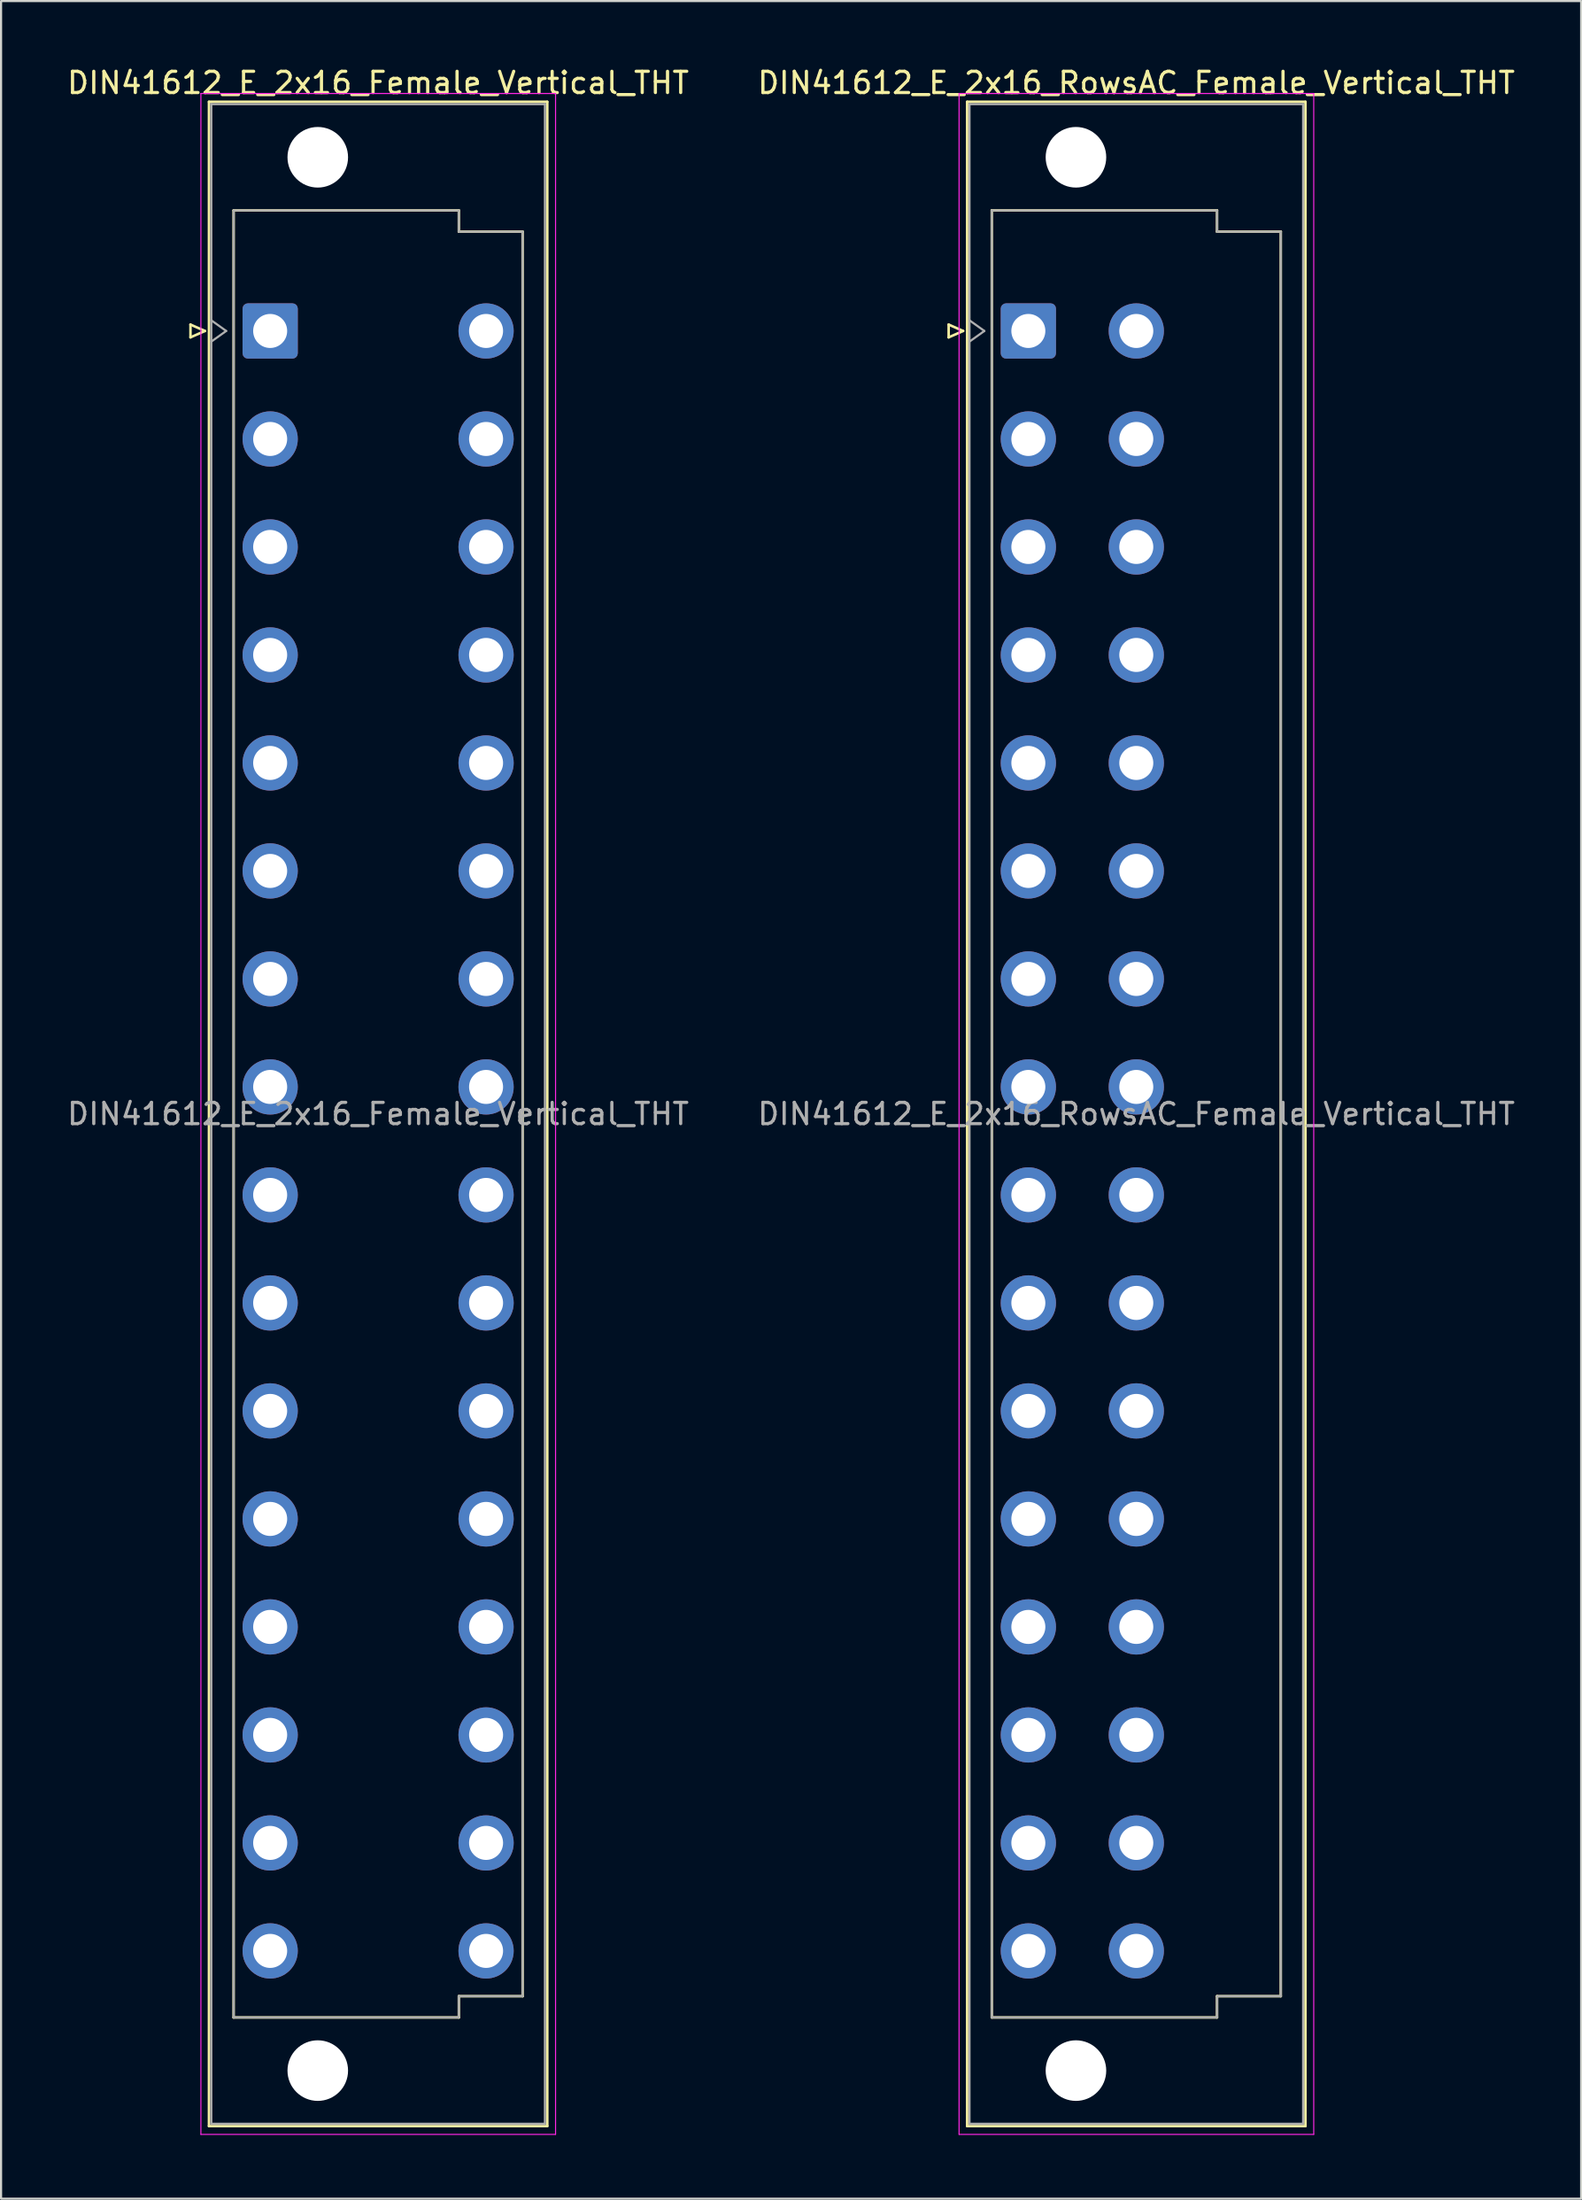
<source format=kicad_pcb>
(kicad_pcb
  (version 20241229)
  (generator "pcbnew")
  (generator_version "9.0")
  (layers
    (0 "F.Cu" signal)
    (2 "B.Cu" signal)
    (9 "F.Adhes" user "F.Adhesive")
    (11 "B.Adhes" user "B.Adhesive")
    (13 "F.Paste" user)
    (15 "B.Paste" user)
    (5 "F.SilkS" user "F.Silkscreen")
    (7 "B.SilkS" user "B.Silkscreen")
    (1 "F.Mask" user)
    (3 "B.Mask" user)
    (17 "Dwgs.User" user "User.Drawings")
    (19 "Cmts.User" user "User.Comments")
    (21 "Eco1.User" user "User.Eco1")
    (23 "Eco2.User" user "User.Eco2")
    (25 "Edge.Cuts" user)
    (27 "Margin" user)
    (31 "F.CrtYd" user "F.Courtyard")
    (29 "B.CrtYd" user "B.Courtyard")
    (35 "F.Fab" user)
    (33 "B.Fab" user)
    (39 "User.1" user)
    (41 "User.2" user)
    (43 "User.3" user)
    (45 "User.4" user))
  (footprint "DIN41612_E_2x16_Female_Vertical_THT"
    (layer "F.Cu")
    (at 9.664 9.978)
    (property "Reference" "DIN41612_E_2x16_Female_Vertical_THT" (at 5.08 -9.13 0) (layer "F.SilkS") (effects (font (size 1 1) (thickness 0.15))))
    (attr through_hole)
    (fp_line (start -3.75 2.24) (end -3.75 2.84) (stroke (width 0.12) (type solid)) (layer "F.SilkS"))
    (fp_line (start -3.75 2.84) (end -3.07 2.54) (stroke (width 0.12) (type solid)) (layer "F.SilkS"))
    (fp_line (start -3.07 2.54) (end -3.75 2.24) (stroke (width 0.12) (type solid)) (layer "F.SilkS"))
    (fp_line (start -2.88 -8.24) (end 13.04 -8.24) (stroke (width 0.12) (type solid)) (layer "F.SilkS"))
    (fp_line (start -2.88 86.98) (end -2.88 -8.24) (stroke (width 0.12) (type solid)) (layer "F.SilkS"))
    (fp_line (start -1.72 -3.131) (end 8.88 -3.131) (stroke (width 0.12) (type solid)) (layer "F.SilkS"))
    (fp_line (start -1.72 81.87) (end -1.72 -3.131) (stroke (width 0.12) (type solid)) (layer "F.SilkS"))
    (fp_line (start 8.88 -3.131) (end 8.88 -2.131) (stroke (width 0.12) (type solid)) (layer "F.SilkS"))
    (fp_line (start 8.88 -2.131) (end 11.88 -2.131) (stroke (width 0.12) (type solid)) (layer "F.SilkS"))
    (fp_line (start 8.88 80.87) (end 8.88 81.87) (stroke (width 0.12) (type solid)) (layer "F.SilkS"))
    (fp_line (start 8.88 81.87) (end -1.72 81.87) (stroke (width 0.12) (type solid)) (layer "F.SilkS"))
    (fp_line (start 11.88 -2.131) (end 11.88 80.87) (stroke (width 0.12) (type solid)) (layer "F.SilkS"))
    (fp_line (start 11.88 80.87) (end 8.88 80.87) (stroke (width 0.12) (type solid)) (layer "F.SilkS"))
    (fp_line (start 13.04 -8.24) (end 13.04 86.98) (stroke (width 0.12) (type solid)) (layer "F.SilkS"))
    (fp_line (start 13.04 86.98) (end -2.88 86.98) (stroke (width 0.12) (type solid)) (layer "F.SilkS"))
    (fp_line (start -3.26 -8.63) (end 13.43 -8.63) (stroke (width 0.05) (type solid)) (layer "F.CrtYd"))
    (fp_line (start -3.26 87.37) (end -3.26 -8.63) (stroke (width 0.05) (type solid)) (layer "F.CrtYd"))
    (fp_line (start 13.43 -8.63) (end 13.43 87.37) (stroke (width 0.05) (type solid)) (layer "F.CrtYd"))
    (fp_line (start 13.43 87.37) (end -3.26 87.37) (stroke (width 0.05) (type solid)) (layer "F.CrtYd"))
    (fp_line (start -2.77 -8.13) (end 12.93 -8.13) (stroke (width 0.1) (type solid)) (layer "F.Fab"))
    (fp_line (start -2.77 2.04) (end -2.07 2.54) (stroke (width 0.1) (type solid)) (layer "F.Fab"))
    (fp_line (start -2.77 86.87) (end -2.77 -8.13) (stroke (width 0.1) (type solid)) (layer "F.Fab"))
    (fp_line (start -2.07 2.54) (end -2.77 3.04) (stroke (width 0.1) (type solid)) (layer "F.Fab"))
    (fp_line (start -1.72 -3.13) (end 8.88 -3.13) (stroke (width 0.1) (type solid)) (layer "F.Fab"))
    (fp_line (start -1.72 81.87) (end -1.72 -3.13) (stroke (width 0.1) (type solid)) (layer "F.Fab"))
    (fp_line (start 8.88 -3.13) (end 8.88 -2.13) (stroke (width 0.1) (type solid)) (layer "F.Fab"))
    (fp_line (start 8.88 -2.13) (end 11.88 -2.13) (stroke (width 0.1) (type solid)) (layer "F.Fab"))
    (fp_line (start 8.88 80.87) (end 8.88 81.87) (stroke (width 0.1) (type solid)) (layer "F.Fab"))
    (fp_line (start 8.88 81.87) (end -1.72 81.87) (stroke (width 0.1) (type solid)) (layer "F.Fab"))
    (fp_line (start 11.88 -2.13) (end 11.88 80.87) (stroke (width 0.1) (type solid)) (layer "F.Fab"))
    (fp_line (start 11.88 80.87) (end 8.88 80.87) (stroke (width 0.1) (type solid)) (layer "F.Fab"))
    (fp_line (start 12.93 -8.13) (end 12.93 86.87) (stroke (width 0.1) (type solid)) (layer "F.Fab"))
    (fp_line (start 12.93 86.87) (end -2.77 86.87) (stroke (width 0.1) (type solid)) (layer "F.Fab"))
    (fp_text user "${REFERENCE}" (at 5.08 39.37 0) (layer "F.Fab") (effects (font (size 1 1) (thickness 0.15))))
    (pad "" np_thru_hole circle (at 2.24 -5.63) (size 2.85 2.85) (drill 2.85) (layers "*.Cu" "*.Mask"))
    (pad "" np_thru_hole circle (at 2.24 84.37) (size 2.85 2.85) (drill 2.85) (layers "*.Cu" "*.Mask"))
    (pad "a2" thru_hole roundrect (at 0 2.54) (size 2.6 2.6) (drill 1.6) (layers "*.Cu" "*.Mask") (roundrect_rratio 0.096))
    (pad "a4" thru_hole circle (at 0 7.62) (size 2.6 2.6) (drill 1.6) (layers "*.Cu" "*.Mask"))
    (pad "a6" thru_hole circle (at 0 12.7) (size 2.6 2.6) (drill 1.6) (layers "*.Cu" "*.Mask"))
    (pad "a8" thru_hole circle (at 0 17.78) (size 2.6 2.6) (drill 1.6) (layers "*.Cu" "*.Mask"))
    (pad "a10" thru_hole circle (at 0 22.86) (size 2.6 2.6) (drill 1.6) (layers "*.Cu" "*.Mask"))
    (pad "a12" thru_hole circle (at 0 27.94) (size 2.6 2.6) (drill 1.6) (layers "*.Cu" "*.Mask"))
    (pad "a14" thru_hole circle (at 0 33.02) (size 2.6 2.6) (drill 1.6) (layers "*.Cu" "*.Mask"))
    (pad "a16" thru_hole circle (at 0 38.1) (size 2.6 2.6) (drill 1.6) (layers "*.Cu" "*.Mask"))
    (pad "a18" thru_hole circle (at 0 43.18) (size 2.6 2.6) (drill 1.6) (layers "*.Cu" "*.Mask"))
    (pad "a20" thru_hole circle (at 0 48.26) (size 2.6 2.6) (drill 1.6) (layers "*.Cu" "*.Mask"))
    (pad "a22" thru_hole circle (at 0 53.34) (size 2.6 2.6) (drill 1.6) (layers "*.Cu" "*.Mask"))
    (pad "a24" thru_hole circle (at 0 58.42) (size 2.6 2.6) (drill 1.6) (layers "*.Cu" "*.Mask"))
    (pad "a26" thru_hole circle (at 0 63.5) (size 2.6 2.6) (drill 1.6) (layers "*.Cu" "*.Mask"))
    (pad "a28" thru_hole circle (at 0 68.58) (size 2.6 2.6) (drill 1.6) (layers "*.Cu" "*.Mask"))
    (pad "a30" thru_hole circle (at 0 73.66) (size 2.6 2.6) (drill 1.6) (layers "*.Cu" "*.Mask"))
    (pad "a32" thru_hole circle (at 0 78.74) (size 2.6 2.6) (drill 1.6) (layers "*.Cu" "*.Mask"))
    (pad "e2" thru_hole circle (at 10.16 2.54) (size 2.6 2.6) (drill 1.6) (layers "*.Cu" "*.Mask"))
    (pad "e4" thru_hole circle (at 10.16 7.62) (size 2.6 2.6) (drill 1.6) (layers "*.Cu" "*.Mask"))
    (pad "e6" thru_hole circle (at 10.16 12.7) (size 2.6 2.6) (drill 1.6) (layers "*.Cu" "*.Mask"))
    (pad "e8" thru_hole circle (at 10.16 17.78) (size 2.6 2.6) (drill 1.6) (layers "*.Cu" "*.Mask"))
    (pad "e10" thru_hole circle (at 10.16 22.86) (size 2.6 2.6) (drill 1.6) (layers "*.Cu" "*.Mask"))
    (pad "e12" thru_hole circle (at 10.16 27.94) (size 2.6 2.6) (drill 1.6) (layers "*.Cu" "*.Mask"))
    (pad "e14" thru_hole circle (at 10.16 33.02) (size 2.6 2.6) (drill 1.6) (layers "*.Cu" "*.Mask"))
    (pad "e16" thru_hole circle (at 10.16 38.1) (size 2.6 2.6) (drill 1.6) (layers "*.Cu" "*.Mask"))
    (pad "e18" thru_hole circle (at 10.16 43.18) (size 2.6 2.6) (drill 1.6) (layers "*.Cu" "*.Mask"))
    (pad "e20" thru_hole circle (at 10.16 48.26) (size 2.6 2.6) (drill 1.6) (layers "*.Cu" "*.Mask"))
    (pad "e22" thru_hole circle (at 10.16 53.34) (size 2.6 2.6) (drill 1.6) (layers "*.Cu" "*.Mask"))
    (pad "e24" thru_hole circle (at 10.16 58.42) (size 2.6 2.6) (drill 1.6) (layers "*.Cu" "*.Mask"))
    (pad "e26" thru_hole circle (at 10.16 63.5) (size 2.6 2.6) (drill 1.6) (layers "*.Cu" "*.Mask"))
    (pad "e28" thru_hole circle (at 10.16 68.58) (size 2.6 2.6) (drill 1.6) (layers "*.Cu" "*.Mask"))
    (pad "e30" thru_hole circle (at 10.16 73.66) (size 2.6 2.6) (drill 1.6) (layers "*.Cu" "*.Mask"))
    (pad "e32" thru_hole circle (at 10.16 78.74) (size 2.6 2.6) (drill 1.6) (layers "*.Cu" "*.Mask")))
  (footprint "DIN41612_E_2x16_RowsAC_Female_Vertical_THT"
    (layer "F.Cu")
    (at 45.343 9.978)
    (property "Reference" "DIN41612_E_2x16_RowsAC_Female_Vertical_THT" (at 5.08 -9.13 0) (layer "F.SilkS") (effects (font (size 1 1) (thickness 0.15))))
    (attr through_hole)
    (fp_line (start -3.75 2.24) (end -3.75 2.84) (stroke (width 0.12) (type solid)) (layer "F.SilkS"))
    (fp_line (start -3.75 2.84) (end -3.07 2.54) (stroke (width 0.12) (type solid)) (layer "F.SilkS"))
    (fp_line (start -3.07 2.54) (end -3.75 2.24) (stroke (width 0.12) (type solid)) (layer "F.SilkS"))
    (fp_line (start -2.88 -8.24) (end 13.04 -8.24) (stroke (width 0.12) (type solid)) (layer "F.SilkS"))
    (fp_line (start -2.88 86.98) (end -2.88 -8.24) (stroke (width 0.12) (type solid)) (layer "F.SilkS"))
    (fp_line (start -1.72 -3.131) (end 8.88 -3.131) (stroke (width 0.12) (type solid)) (layer "F.SilkS"))
    (fp_line (start -1.72 81.87) (end -1.72 -3.131) (stroke (width 0.12) (type solid)) (layer "F.SilkS"))
    (fp_line (start 8.88 -3.131) (end 8.88 -2.131) (stroke (width 0.12) (type solid)) (layer "F.SilkS"))
    (fp_line (start 8.88 -2.131) (end 11.88 -2.131) (stroke (width 0.12) (type solid)) (layer "F.SilkS"))
    (fp_line (start 8.88 80.87) (end 8.88 81.87) (stroke (width 0.12) (type solid)) (layer "F.SilkS"))
    (fp_line (start 8.88 81.87) (end -1.72 81.87) (stroke (width 0.12) (type solid)) (layer "F.SilkS"))
    (fp_line (start 11.88 -2.131) (end 11.88 80.87) (stroke (width 0.12) (type solid)) (layer "F.SilkS"))
    (fp_line (start 11.88 80.87) (end 8.88 80.87) (stroke (width 0.12) (type solid)) (layer "F.SilkS"))
    (fp_line (start 13.04 -8.24) (end 13.04 86.98) (stroke (width 0.12) (type solid)) (layer "F.SilkS"))
    (fp_line (start 13.04 86.98) (end -2.88 86.98) (stroke (width 0.12) (type solid)) (layer "F.SilkS"))
    (fp_line (start -3.26 -8.63) (end 13.43 -8.63) (stroke (width 0.05) (type solid)) (layer "F.CrtYd"))
    (fp_line (start -3.26 87.37) (end -3.26 -8.63) (stroke (width 0.05) (type solid)) (layer "F.CrtYd"))
    (fp_line (start 13.43 -8.63) (end 13.43 87.37) (stroke (width 0.05) (type solid)) (layer "F.CrtYd"))
    (fp_line (start 13.43 87.37) (end -3.26 87.37) (stroke (width 0.05) (type solid)) (layer "F.CrtYd"))
    (fp_line (start -2.77 -8.13) (end 12.93 -8.13) (stroke (width 0.1) (type solid)) (layer "F.Fab"))
    (fp_line (start -2.77 2.04) (end -2.07 2.54) (stroke (width 0.1) (type solid)) (layer "F.Fab"))
    (fp_line (start -2.77 86.87) (end -2.77 -8.13) (stroke (width 0.1) (type solid)) (layer "F.Fab"))
    (fp_line (start -2.07 2.54) (end -2.77 3.04) (stroke (width 0.1) (type solid)) (layer "F.Fab"))
    (fp_line (start -1.72 -3.13) (end 8.88 -3.13) (stroke (width 0.1) (type solid)) (layer "F.Fab"))
    (fp_line (start -1.72 81.87) (end -1.72 -3.13) (stroke (width 0.1) (type solid)) (layer "F.Fab"))
    (fp_line (start 8.88 -3.13) (end 8.88 -2.13) (stroke (width 0.1) (type solid)) (layer "F.Fab"))
    (fp_line (start 8.88 -2.13) (end 11.88 -2.13) (stroke (width 0.1) (type solid)) (layer "F.Fab"))
    (fp_line (start 8.88 80.87) (end 8.88 81.87) (stroke (width 0.1) (type solid)) (layer "F.Fab"))
    (fp_line (start 8.88 81.87) (end -1.72 81.87) (stroke (width 0.1) (type solid)) (layer "F.Fab"))
    (fp_line (start 11.88 -2.13) (end 11.88 80.87) (stroke (width 0.1) (type solid)) (layer "F.Fab"))
    (fp_line (start 11.88 80.87) (end 8.88 80.87) (stroke (width 0.1) (type solid)) (layer "F.Fab"))
    (fp_line (start 12.93 -8.13) (end 12.93 86.87) (stroke (width 0.1) (type solid)) (layer "F.Fab"))
    (fp_line (start 12.93 86.87) (end -2.77 86.87) (stroke (width 0.1) (type solid)) (layer "F.Fab"))
    (fp_text user "${REFERENCE}" (at 5.08 39.37 0) (layer "F.Fab") (effects (font (size 1 1) (thickness 0.15))))
    (pad "" np_thru_hole circle (at 2.24 -5.63) (size 2.85 2.85) (drill 2.85) (layers "*.Cu" "*.Mask"))
    (pad "" np_thru_hole circle (at 2.24 84.37) (size 2.85 2.85) (drill 2.85) (layers "*.Cu" "*.Mask"))
    (pad "a2" thru_hole roundrect (at 0 2.54) (size 2.6 2.6) (drill 1.6) (layers "*.Cu" "*.Mask") (roundrect_rratio 0.096))
    (pad "a4" thru_hole circle (at 0 7.62) (size 2.6 2.6) (drill 1.6) (layers "*.Cu" "*.Mask"))
    (pad "a6" thru_hole circle (at 0 12.7) (size 2.6 2.6) (drill 1.6) (layers "*.Cu" "*.Mask"))
    (pad "a8" thru_hole circle (at 0 17.78) (size 2.6 2.6) (drill 1.6) (layers "*.Cu" "*.Mask"))
    (pad "a10" thru_hole circle (at 0 22.86) (size 2.6 2.6) (drill 1.6) (layers "*.Cu" "*.Mask"))
    (pad "a12" thru_hole circle (at 0 27.94) (size 2.6 2.6) (drill 1.6) (layers "*.Cu" "*.Mask"))
    (pad "a14" thru_hole circle (at 0 33.02) (size 2.6 2.6) (drill 1.6) (layers "*.Cu" "*.Mask"))
    (pad "a16" thru_hole circle (at 0 38.1) (size 2.6 2.6) (drill 1.6) (layers "*.Cu" "*.Mask"))
    (pad "a18" thru_hole circle (at 0 43.18) (size 2.6 2.6) (drill 1.6) (layers "*.Cu" "*.Mask"))
    (pad "a20" thru_hole circle (at 0 48.26) (size 2.6 2.6) (drill 1.6) (layers "*.Cu" "*.Mask"))
    (pad "a22" thru_hole circle (at 0 53.34) (size 2.6 2.6) (drill 1.6) (layers "*.Cu" "*.Mask"))
    (pad "a24" thru_hole circle (at 0 58.42) (size 2.6 2.6) (drill 1.6) (layers "*.Cu" "*.Mask"))
    (pad "a26" thru_hole circle (at 0 63.5) (size 2.6 2.6) (drill 1.6) (layers "*.Cu" "*.Mask"))
    (pad "a28" thru_hole circle (at 0 68.58) (size 2.6 2.6) (drill 1.6) (layers "*.Cu" "*.Mask"))
    (pad "a30" thru_hole circle (at 0 73.66) (size 2.6 2.6) (drill 1.6) (layers "*.Cu" "*.Mask"))
    (pad "a32" thru_hole circle (at 0 78.74) (size 2.6 2.6) (drill 1.6) (layers "*.Cu" "*.Mask"))
    (pad "c2" thru_hole circle (at 5.08 2.54) (size 2.6 2.6) (drill 1.6) (layers "*.Cu" "*.Mask"))
    (pad "c4" thru_hole circle (at 5.08 7.62) (size 2.6 2.6) (drill 1.6) (layers "*.Cu" "*.Mask"))
    (pad "c6" thru_hole circle (at 5.08 12.7) (size 2.6 2.6) (drill 1.6) (layers "*.Cu" "*.Mask"))
    (pad "c8" thru_hole circle (at 5.08 17.78) (size 2.6 2.6) (drill 1.6) (layers "*.Cu" "*.Mask"))
    (pad "c10" thru_hole circle (at 5.08 22.86) (size 2.6 2.6) (drill 1.6) (layers "*.Cu" "*.Mask"))
    (pad "c12" thru_hole circle (at 5.08 27.94) (size 2.6 2.6) (drill 1.6) (layers "*.Cu" "*.Mask"))
    (pad "c14" thru_hole circle (at 5.08 33.02) (size 2.6 2.6) (drill 1.6) (layers "*.Cu" "*.Mask"))
    (pad "c16" thru_hole circle (at 5.08 38.1) (size 2.6 2.6) (drill 1.6) (layers "*.Cu" "*.Mask"))
    (pad "c18" thru_hole circle (at 5.08 43.18) (size 2.6 2.6) (drill 1.6) (layers "*.Cu" "*.Mask"))
    (pad "c20" thru_hole circle (at 5.08 48.26) (size 2.6 2.6) (drill 1.6) (layers "*.Cu" "*.Mask"))
    (pad "c22" thru_hole circle (at 5.08 53.34) (size 2.6 2.6) (drill 1.6) (layers "*.Cu" "*.Mask"))
    (pad "c24" thru_hole circle (at 5.08 58.42) (size 2.6 2.6) (drill 1.6) (layers "*.Cu" "*.Mask"))
    (pad "c26" thru_hole circle (at 5.08 63.5) (size 2.6 2.6) (drill 1.6) (layers "*.Cu" "*.Mask"))
    (pad "c28" thru_hole circle (at 5.08 68.58) (size 2.6 2.6) (drill 1.6) (layers "*.Cu" "*.Mask"))
    (pad "c30" thru_hole circle (at 5.08 73.66) (size 2.6 2.6) (drill 1.6) (layers "*.Cu" "*.Mask"))
    (pad "c32" thru_hole circle (at 5.08 78.74) (size 2.6 2.6) (drill 1.6) (layers "*.Cu" "*.Mask")))
  (gr_rect
    (start -3 -3)
    (end 71.357 100.373)
    (stroke (width 0.1) (type default))
    (fill no)
    (layer "Edge.Cuts")))
</source>
